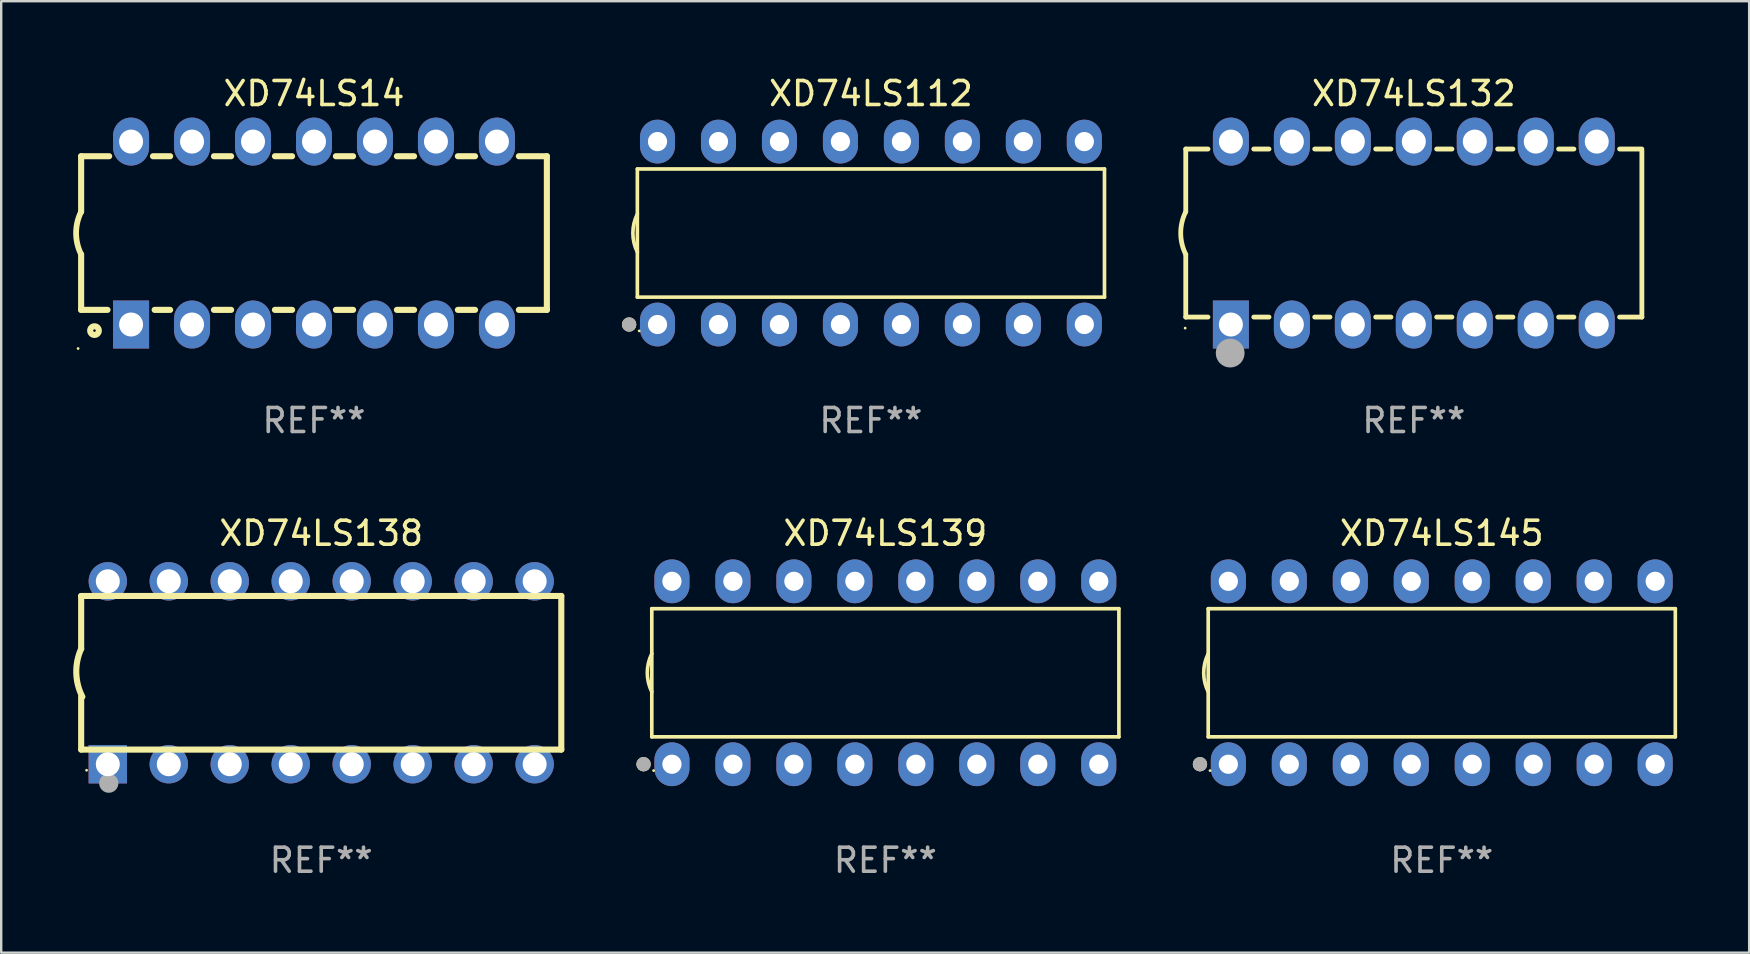
<source format=kicad_pcb>
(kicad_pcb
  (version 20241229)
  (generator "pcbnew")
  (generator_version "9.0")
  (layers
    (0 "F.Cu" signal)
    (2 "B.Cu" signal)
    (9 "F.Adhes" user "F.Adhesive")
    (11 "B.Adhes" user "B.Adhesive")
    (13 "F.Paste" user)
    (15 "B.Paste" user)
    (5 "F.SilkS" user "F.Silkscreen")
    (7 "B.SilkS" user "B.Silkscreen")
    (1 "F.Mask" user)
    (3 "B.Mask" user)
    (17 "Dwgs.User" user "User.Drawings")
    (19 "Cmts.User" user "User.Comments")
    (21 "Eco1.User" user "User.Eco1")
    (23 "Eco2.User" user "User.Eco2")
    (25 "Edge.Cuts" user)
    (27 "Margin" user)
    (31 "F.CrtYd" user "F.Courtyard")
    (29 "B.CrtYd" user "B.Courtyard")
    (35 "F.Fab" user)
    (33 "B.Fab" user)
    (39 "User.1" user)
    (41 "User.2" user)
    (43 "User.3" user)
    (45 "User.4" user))
  (footprint "XD74LS14"
    (layer "F.Cu")
    (at 10.03 6.658)
    (property "Reference" "XD74LS14" (at 0 -5.81 0) (layer "F.SilkS") (effects (font (size 1 1) (thickness 0.15))))
    (attr through_hole)
    (fp_line (start -9.7 -3.2) (end -9.7 -0.889) (stroke (width 0.254) (type solid)) (layer "F.SilkS"))
    (fp_line (start -9.7 -3.2) (end -8.533 -3.2) (stroke (width 0.254) (type solid)) (layer "F.SilkS"))
    (fp_line (start -9.7 3.2) (end -9.7 0.889) (stroke (width 0.254) (type solid)) (layer "F.SilkS"))
    (fp_line (start -9.7 3.2) (end -8.601 3.2) (stroke (width 0.254) (type solid)) (layer "F.SilkS"))
    (fp_line (start -6.707 -3.2) (end -5.993 -3.2) (stroke (width 0.254) (type solid)) (layer "F.SilkS"))
    (fp_line (start -6.639 3.2) (end -5.993 3.2) (stroke (width 0.254) (type solid)) (layer "F.SilkS"))
    (fp_line (start -4.168 3.2) (end -3.453 3.2) (stroke (width 0.254) (type solid)) (layer "F.SilkS"))
    (fp_line (start -4.167 -3.2) (end -3.453 -3.2) (stroke (width 0.254) (type solid)) (layer "F.SilkS"))
    (fp_line (start -1.628 3.2) (end -0.912 3.2) (stroke (width 0.254) (type solid)) (layer "F.SilkS"))
    (fp_line (start -1.627 -3.2) (end -0.913 -3.2) (stroke (width 0.254) (type solid)) (layer "F.SilkS"))
    (fp_line (start 0.912 3.2) (end 1.628 3.2) (stroke (width 0.254) (type solid)) (layer "F.SilkS"))
    (fp_line (start 0.913 -3.2) (end 1.627 -3.2) (stroke (width 0.254) (type solid)) (layer "F.SilkS"))
    (fp_line (start 3.453 3.2) (end 4.168 3.2) (stroke (width 0.254) (type solid)) (layer "F.SilkS"))
    (fp_line (start 3.453 -3.2) (end 4.167 -3.2) (stroke (width 0.254) (type solid)) (layer "F.SilkS"))
    (fp_line (start 5.993 3.2) (end 6.708 3.2) (stroke (width 0.254) (type solid)) (layer "F.SilkS"))
    (fp_line (start 5.993 -3.2) (end 6.707 -3.2) (stroke (width 0.254) (type solid)) (layer "F.SilkS"))
    (fp_line (start 8.533 3.2) (end 9.7 3.2) (stroke (width 0.254) (type solid)) (layer "F.SilkS"))
    (fp_line (start 8.533 -3.2) (end 9.7 -3.2) (stroke (width 0.254) (type solid)) (layer "F.SilkS"))
    (fp_line (start 9.7 3.2) (end 9.7 -3.2) (stroke (width 0.254) (type solid)) (layer "F.SilkS"))
    (fp_arc (start -9.699822 0.889002) (mid -9.909826 0.000048) (end -9.700229 -0.889002) (stroke (width 0.240005) (type solid)) (layer "F.SilkS"))
    (fp_circle (center -9.827 4.81) (end -9.797 4.81) (stroke (width 0.06) (type solid)) (fill no) (layer "F.SilkS"))
    (fp_circle (center -9.144 4.064) (end -8.964 4.064) (stroke (width 0.254) (type solid)) (fill no) (layer "F.SilkS"))
    (fp_text user "REF**" (at 0 7.81 0) (layer "F.Fab") (effects (font (size 1 1) (thickness 0.15))))
    (pad "1" thru_hole rect (at -7.62 3.81 90) (size 2 1.5) (drill 1) (layers "*.Cu" "*.Mask"))
    (pad "2" thru_hole oval (at -5.08 3.81 90) (size 2 1.5) (drill 1) (layers "*.Cu" "*.Mask"))
    (pad "3" thru_hole oval (at -2.54 3.81 90) (size 2 1.5) (drill 1) (layers "*.Cu" "*.Mask"))
    (pad "4" thru_hole oval (at 0 3.81 90) (size 2 1.5) (drill 1) (layers "*.Cu" "*.Mask"))
    (pad "5" thru_hole oval (at 2.54 3.81 90) (size 2 1.5) (drill 1) (layers "*.Cu" "*.Mask"))
    (pad "6" thru_hole oval (at 5.08 3.81 90) (size 2 1.5) (drill 1) (layers "*.Cu" "*.Mask"))
    (pad "7" thru_hole oval (at 7.62 3.81 90) (size 2 1.5) (drill 1) (layers "*.Cu" "*.Mask"))
    (pad "8" thru_hole oval (at 7.62 -3.81 90) (size 2 1.5) (drill 1) (layers "*.Cu" "*.Mask"))
    (pad "9" thru_hole oval (at 5.08 -3.81 90) (size 2 1.5) (drill 1) (layers "*.Cu" "*.Mask"))
    (pad "10" thru_hole oval (at 2.54 -3.81 90) (size 2 1.5) (drill 1) (layers "*.Cu" "*.Mask"))
    (pad "11" thru_hole oval (at 0 -3.81 90) (size 2 1.5) (drill 1) (layers "*.Cu" "*.Mask"))
    (pad "12" thru_hole oval (at -2.54 -3.81 90) (size 2 1.5) (drill 1) (layers "*.Cu" "*.Mask"))
    (pad "13" thru_hole oval (at -5.08 -3.81 90) (size 2 1.5) (drill 1) (layers "*.Cu" "*.Mask"))
    (pad "14" thru_hole oval (at -7.62 -3.81 90) (size 2 1.5) (drill 1) (layers "*.Cu" "*.Mask")))
  (footprint "XD74LS132"
    (layer "F.Cu")
    (at 55.844 6.658)
    (property "Reference" "XD74LS132" (at 0 -5.81 0) (layer "F.SilkS") (effects (font (size 1 1) (thickness 0.15))))
    (attr through_hole)
    (fp_line (start -9.5 -3.5) (end -9.5 -0.889) (stroke (width 0.2) (type solid)) (layer "F.SilkS"))
    (fp_line (start -9.5 -3.5) (end -8.572 -3.5) (stroke (width 0.2) (type solid)) (layer "F.SilkS"))
    (fp_line (start -9.5 3.5) (end -9.5 0.889) (stroke (width 0.2) (type solid)) (layer "F.SilkS"))
    (fp_line (start -9.5 3.5) (end -8.574 3.5) (stroke (width 0.2) (type solid)) (layer "F.SilkS"))
    (fp_line (start -6.668 -3.5) (end -6.032 -3.5) (stroke (width 0.2) (type solid)) (layer "F.SilkS"))
    (fp_line (start -6.666 3.5) (end -6.032 3.5) (stroke (width 0.2) (type solid)) (layer "F.SilkS"))
    (fp_line (start -4.128 -3.5) (end -3.492 -3.5) (stroke (width 0.2) (type solid)) (layer "F.SilkS"))
    (fp_line (start -4.128 3.5) (end -3.492 3.5) (stroke (width 0.2) (type solid)) (layer "F.SilkS"))
    (fp_line (start -1.588 -3.5) (end -0.952 -3.5) (stroke (width 0.2) (type solid)) (layer "F.SilkS"))
    (fp_line (start -1.588 3.5) (end -0.952 3.5) (stroke (width 0.2) (type solid)) (layer "F.SilkS"))
    (fp_line (start 0.952 -3.5) (end 1.588 -3.5) (stroke (width 0.2) (type solid)) (layer "F.SilkS"))
    (fp_line (start 0.952 3.5) (end 1.588 3.5) (stroke (width 0.2) (type solid)) (layer "F.SilkS"))
    (fp_line (start 3.492 -3.5) (end 4.128 -3.5) (stroke (width 0.2) (type solid)) (layer "F.SilkS"))
    (fp_line (start 3.492 3.5) (end 4.128 3.5) (stroke (width 0.2) (type solid)) (layer "F.SilkS"))
    (fp_line (start 6.032 -3.5) (end 6.668 -3.5) (stroke (width 0.2) (type solid)) (layer "F.SilkS"))
    (fp_line (start 6.032 3.5) (end 6.668 3.5) (stroke (width 0.2) (type solid)) (layer "F.SilkS"))
    (fp_line (start 8.572 -3.5) (end 9.5 -3.5) (stroke (width 0.2) (type solid)) (layer "F.SilkS"))
    (fp_line (start 8.572 3.5) (end 9.5 3.5) (stroke (width 0.2) (type solid)) (layer "F.SilkS"))
    (fp_line (start 9.5 3.5) (end 9.5 -3.429) (stroke (width 0.2) (type solid)) (layer "F.SilkS"))
    (fp_arc (start -9.499619 0.889001) (mid -9.709623 0.000047) (end -9.500025 -0.889002) (stroke (width 0.2) (type solid)) (layer "F.SilkS"))
    (fp_circle (center -9.525 3.96) (end -9.495 3.96) (stroke (width 0.06) (type solid)) (fill no) (layer "F.SilkS"))
    (fp_circle (center -7.65 5) (end -7.35 5) (stroke (width 0.6) (type solid)) (fill no) (layer "F.Fab"))
    (fp_text user "REF**" (at 0 7.81 0) (layer "F.Fab") (effects (font (size 1 1) (thickness 0.15))))
    (pad "1" thru_hole rect (at -7.62 3.81 90) (size 2 1.5) (drill 1) (layers "*.Cu" "*.Mask"))
    (pad "2" thru_hole oval (at -5.08 3.81 90) (size 2 1.5) (drill 1) (layers "*.Cu" "*.Mask"))
    (pad "3" thru_hole oval (at -2.54 3.81 90) (size 2 1.5) (drill 1) (layers "*.Cu" "*.Mask"))
    (pad "4" thru_hole oval (at 0 3.81 90) (size 2 1.5) (drill 1) (layers "*.Cu" "*.Mask"))
    (pad "5" thru_hole oval (at 2.54 3.81 90) (size 2 1.5) (drill 1) (layers "*.Cu" "*.Mask"))
    (pad "6" thru_hole oval (at 5.08 3.81 90) (size 2 1.5) (drill 1) (layers "*.Cu" "*.Mask"))
    (pad "7" thru_hole oval (at 7.62 3.81 90) (size 2 1.5) (drill 1) (layers "*.Cu" "*.Mask"))
    (pad "8" thru_hole oval (at 7.62 -3.81 90) (size 2 1.5) (drill 1) (layers "*.Cu" "*.Mask"))
    (pad "9" thru_hole oval (at 5.08 -3.81 90) (size 2 1.5) (drill 1) (layers "*.Cu" "*.Mask"))
    (pad "10" thru_hole oval (at 2.54 -3.81 90) (size 2 1.5) (drill 1) (layers "*.Cu" "*.Mask"))
    (pad "11" thru_hole oval (at 0 -3.81 90) (size 2 1.5) (drill 1) (layers "*.Cu" "*.Mask"))
    (pad "12" thru_hole oval (at -2.54 -3.81 90) (size 2 1.5) (drill 1) (layers "*.Cu" "*.Mask"))
    (pad "13" thru_hole oval (at -5.08 -3.81 90) (size 2 1.5) (drill 1) (layers "*.Cu" "*.Mask"))
    (pad "14" thru_hole oval (at -7.62 -3.81 90) (size 2 1.5) (drill 1) (layers "*.Cu" "*.Mask")))
  (footprint "XD74LS138"
    (layer "F.Cu")
    (at 10.331 24.975)
    (property "Reference" "XD74LS138" (at 0 -5.81 0) (layer "F.SilkS") (effects (font (size 1 1) (thickness 0.15))))
    (attr through_hole)
    (fp_line (start -10 -0.998) (end -10 -3.198) (stroke (width 0.254) (type solid)) (layer "F.SilkS"))
    (fp_line (start -10 3.2) (end -10 1) (stroke (width 0.254) (type solid)) (layer "F.SilkS"))
    (fp_line (start 10 -3.2) (end -10 -3.2) (stroke (width 0.254) (type solid)) (layer "F.SilkS"))
    (fp_line (start 10 3.2) (end -10 3.2) (stroke (width 0.254) (type solid)) (layer "F.SilkS"))
    (fp_line (start 10 3.2) (end 10 -3.2) (stroke (width 0.254) (type solid)) (layer "F.SilkS"))
    (fp_arc (start -9.949975 0.999974) (mid -10.203153 0.005693) (end -9.999987 -1) (stroke (width 0.254001) (type solid)) (layer "F.SilkS"))
    (fp_circle (center -9.775 4.06) (end -9.745 4.06) (stroke (width 0.06) (type solid)) (fill no) (layer "F.SilkS"))
    (fp_circle (center -8.85 4.6) (end -8.65 4.6) (stroke (width 0.4) (type solid)) (fill no) (layer "F.Fab"))
    (fp_text user "REF**" (at 0 7.81 0) (layer "F.Fab") (effects (font (size 1 1) (thickness 0.15))))
    (pad "1" thru_hole rect (at -8.89 3.81 90) (size 1.6 1.6) (drill 1) (layers "*.Cu" "*.Mask"))
    (pad "2" thru_hole circle (at -6.35 3.81) (size 1.6 1.6) (drill 1) (layers "*.Cu" "*.Mask"))
    (pad "3" thru_hole circle (at -3.81 3.81) (size 1.6 1.6) (drill 1) (layers "*.Cu" "*.Mask"))
    (pad "4" thru_hole circle (at -1.27 3.81) (size 1.6 1.6) (drill 1) (layers "*.Cu" "*.Mask"))
    (pad "5" thru_hole circle (at 1.27 3.81) (size 1.6 1.6) (drill 1) (layers "*.Cu" "*.Mask"))
    (pad "6" thru_hole circle (at 3.81 3.81) (size 1.6 1.6) (drill 1) (layers "*.Cu" "*.Mask"))
    (pad "7" thru_hole circle (at 6.35 3.81) (size 1.6 1.6) (drill 1) (layers "*.Cu" "*.Mask"))
    (pad "8" thru_hole circle (at 8.89 3.81) (size 1.6 1.6) (drill 1) (layers "*.Cu" "*.Mask"))
    (pad "9" thru_hole circle (at 8.89 -3.81) (size 1.6 1.6) (drill 1) (layers "*.Cu" "*.Mask"))
    (pad "10" thru_hole circle (at 6.35 -3.81) (size 1.6 1.6) (drill 1) (layers "*.Cu" "*.Mask"))
    (pad "11" thru_hole circle (at 3.81 -3.81) (size 1.6 1.6) (drill 1) (layers "*.Cu" "*.Mask"))
    (pad "12" thru_hole circle (at 1.27 -3.81) (size 1.6 1.6) (drill 1) (layers "*.Cu" "*.Mask"))
    (pad "13" thru_hole circle (at -1.27 -3.81) (size 1.6 1.6) (drill 1) (layers "*.Cu" "*.Mask"))
    (pad "14" thru_hole circle (at -3.81 -3.81) (size 1.6 1.6) (drill 1) (layers "*.Cu" "*.Mask"))
    (pad "15" thru_hole circle (at -6.35 -3.81) (size 1.6 1.6) (drill 1) (layers "*.Cu" "*.Mask"))
    (pad "16" thru_hole circle (at -8.89 -3.81) (size 1.6 1.6) (drill 1) (layers "*.Cu" "*.Mask")))
  (footprint "XD74LS145"
    (layer "F.Cu")
    (at 57.008 24.975)
    (property "Reference" "XD74LS145" (at 0 -5.81 0) (layer "F.SilkS") (effects (font (size 1 1) (thickness 0.15))))
    (attr through_hole)
    (fp_line (start -9.729 -2.669) (end 9.729 -2.669) (stroke (width 0.152) (type solid)) (layer "F.SilkS"))
    (fp_line (start -9.729 2.669) (end -9.729 -2.669) (stroke (width 0.152) (type solid)) (layer "F.SilkS"))
    (fp_line (start 9.729 -2.669) (end 9.729 2.669) (stroke (width 0.152) (type solid)) (layer "F.SilkS"))
    (fp_line (start 9.729 2.669) (end -9.729 2.669) (stroke (width 0.152) (type solid)) (layer "F.SilkS"))
    (fp_arc (start -9.728727 0.793751) (mid -9.916106 0) (end -9.728727 -0.793752) (stroke (width 0.1524) (type solid)) (layer "F.SilkS"))
    (fp_circle (center -10.072 3.81) (end -9.922 3.81) (stroke (width 0.3) (type solid)) (fill no) (layer "F.SilkS"))
    (fp_circle (center -9.653 4.075) (end -9.623 4.075) (stroke (width 0.06) (type solid)) (fill no) (layer "F.SilkS"))
    (fp_circle (center -10.072 3.81) (end -9.922 3.81) (stroke (width 0.3) (type solid)) (fill no) (layer "F.Fab"))
    (fp_text user "REF**" (at 0 7.81 0) (layer "F.Fab") (effects (font (size 1 1) (thickness 0.15))))
    (pad "1" thru_hole oval (at -8.89 3.81) (size 1.46 1.825) (drill 0.8) (layers "*.Cu" "*.Mask"))
    (pad "2" thru_hole oval (at -6.35 3.81) (size 1.46 1.825) (drill 0.8) (layers "*.Cu" "*.Mask"))
    (pad "3" thru_hole oval (at -3.81 3.81) (size 1.46 1.825) (drill 0.8) (layers "*.Cu" "*.Mask"))
    (pad "4" thru_hole oval (at -1.27 3.81) (size 1.46 1.825) (drill 0.8) (layers "*.Cu" "*.Mask"))
    (pad "5" thru_hole oval (at 1.27 3.81) (size 1.46 1.825) (drill 0.8) (layers "*.Cu" "*.Mask"))
    (pad "6" thru_hole oval (at 3.81 3.81) (size 1.46 1.825) (drill 0.8) (layers "*.Cu" "*.Mask"))
    (pad "7" thru_hole oval (at 6.35 3.81) (size 1.46 1.825) (drill 0.8) (layers "*.Cu" "*.Mask"))
    (pad "8" thru_hole oval (at 8.89 3.81) (size 1.46 1.825) (drill 0.8) (layers "*.Cu" "*.Mask"))
    (pad "9" thru_hole oval (at 8.89 -3.81) (size 1.46 1.825) (drill 0.8) (layers "*.Cu" "*.Mask"))
    (pad "10" thru_hole oval (at 6.35 -3.81) (size 1.46 1.825) (drill 0.8) (layers "*.Cu" "*.Mask"))
    (pad "11" thru_hole oval (at 3.81 -3.81) (size 1.46 1.825) (drill 0.8) (layers "*.Cu" "*.Mask"))
    (pad "12" thru_hole oval (at 1.27 -3.81) (size 1.46 1.825) (drill 0.8) (layers "*.Cu" "*.Mask"))
    (pad "13" thru_hole oval (at -1.27 -3.81) (size 1.46 1.825) (drill 0.8) (layers "*.Cu" "*.Mask"))
    (pad "14" thru_hole oval (at -3.81 -3.81) (size 1.46 1.825) (drill 0.8) (layers "*.Cu" "*.Mask"))
    (pad "15" thru_hole oval (at -6.35 -3.81) (size 1.46 1.825) (drill 0.8) (layers "*.Cu" "*.Mask"))
    (pad "16" thru_hole oval (at -8.89 -3.81) (size 1.46 1.825) (drill 0.8) (layers "*.Cu" "*.Mask")))
  (footprint "XD74LS112"
    (layer "F.Cu")
    (at 33.229 6.658)
    (property "Reference" "XD74LS112" (at 0 -5.81 0) (layer "F.SilkS") (effects (font (size 1 1) (thickness 0.15))))
    (attr through_hole)
    (fp_line (start -9.729 -2.669) (end 9.729 -2.669) (stroke (width 0.152) (type solid)) (layer "F.SilkS"))
    (fp_line (start -9.729 2.669) (end -9.729 -2.669) (stroke (width 0.152) (type solid)) (layer "F.SilkS"))
    (fp_line (start 9.729 -2.669) (end 9.729 2.669) (stroke (width 0.152) (type solid)) (layer "F.SilkS"))
    (fp_line (start 9.729 2.669) (end -9.729 2.669) (stroke (width 0.152) (type solid)) (layer "F.SilkS"))
    (fp_arc (start -9.728727 0.793751) (mid -9.916106 0) (end -9.728727 -0.793752) (stroke (width 0.1524) (type solid)) (layer "F.SilkS"))
    (fp_circle (center -10.072 3.81) (end -9.922 3.81) (stroke (width 0.3) (type solid)) (fill no) (layer "F.SilkS"))
    (fp_circle (center -9.653 4.075) (end -9.623 4.075) (stroke (width 0.06) (type solid)) (fill no) (layer "F.SilkS"))
    (fp_circle (center -10.072 3.81) (end -9.922 3.81) (stroke (width 0.3) (type solid)) (fill no) (layer "F.Fab"))
    (fp_text user "REF**" (at 0 7.81 0) (layer "F.Fab") (effects (font (size 1 1) (thickness 0.15))))
    (pad "1" thru_hole oval (at -8.89 3.81) (size 1.46 1.825) (drill 0.8) (layers "*.Cu" "*.Mask"))
    (pad "2" thru_hole oval (at -6.35 3.81) (size 1.46 1.825) (drill 0.8) (layers "*.Cu" "*.Mask"))
    (pad "3" thru_hole oval (at -3.81 3.81) (size 1.46 1.825) (drill 0.8) (layers "*.Cu" "*.Mask"))
    (pad "4" thru_hole oval (at -1.27 3.81) (size 1.46 1.825) (drill 0.8) (layers "*.Cu" "*.Mask"))
    (pad "5" thru_hole oval (at 1.27 3.81) (size 1.46 1.825) (drill 0.8) (layers "*.Cu" "*.Mask"))
    (pad "6" thru_hole oval (at 3.81 3.81) (size 1.46 1.825) (drill 0.8) (layers "*.Cu" "*.Mask"))
    (pad "7" thru_hole oval (at 6.35 3.81) (size 1.46 1.825) (drill 0.8) (layers "*.Cu" "*.Mask"))
    (pad "8" thru_hole oval (at 8.89 3.81) (size 1.46 1.825) (drill 0.8) (layers "*.Cu" "*.Mask"))
    (pad "9" thru_hole oval (at 8.89 -3.81) (size 1.46 1.825) (drill 0.8) (layers "*.Cu" "*.Mask"))
    (pad "10" thru_hole oval (at 6.35 -3.81) (size 1.46 1.825) (drill 0.8) (layers "*.Cu" "*.Mask"))
    (pad "11" thru_hole oval (at 3.81 -3.81) (size 1.46 1.825) (drill 0.8) (layers "*.Cu" "*.Mask"))
    (pad "12" thru_hole oval (at 1.27 -3.81) (size 1.46 1.825) (drill 0.8) (layers "*.Cu" "*.Mask"))
    (pad "13" thru_hole oval (at -1.27 -3.81) (size 1.46 1.825) (drill 0.8) (layers "*.Cu" "*.Mask"))
    (pad "14" thru_hole oval (at -3.81 -3.81) (size 1.46 1.825) (drill 0.8) (layers "*.Cu" "*.Mask"))
    (pad "15" thru_hole oval (at -6.35 -3.81) (size 1.46 1.825) (drill 0.8) (layers "*.Cu" "*.Mask"))
    (pad "16" thru_hole oval (at -8.89 -3.81) (size 1.46 1.825) (drill 0.8) (layers "*.Cu" "*.Mask")))
  (footprint "XD74LS139"
    (layer "F.Cu")
    (at 33.83 24.975)
    (property "Reference" "XD74LS139" (at 0 -5.81 0) (layer "F.SilkS") (effects (font (size 1 1) (thickness 0.15))))
    (attr through_hole)
    (fp_line (start -9.729 -2.669) (end 9.729 -2.669) (stroke (width 0.152) (type solid)) (layer "F.SilkS"))
    (fp_line (start -9.729 2.669) (end -9.729 -2.669) (stroke (width 0.152) (type solid)) (layer "F.SilkS"))
    (fp_line (start 9.729 -2.669) (end 9.729 2.669) (stroke (width 0.152) (type solid)) (layer "F.SilkS"))
    (fp_line (start 9.729 2.669) (end -9.729 2.669) (stroke (width 0.152) (type solid)) (layer "F.SilkS"))
    (fp_arc (start -9.728727 0.793751) (mid -9.916106 0) (end -9.728727 -0.793752) (stroke (width 0.1524) (type solid)) (layer "F.SilkS"))
    (fp_circle (center -10.072 3.81) (end -9.922 3.81) (stroke (width 0.3) (type solid)) (fill no) (layer "F.SilkS"))
    (fp_circle (center -9.653 4.075) (end -9.623 4.075) (stroke (width 0.06) (type solid)) (fill no) (layer "F.SilkS"))
    (fp_circle (center -10.072 3.81) (end -9.922 3.81) (stroke (width 0.3) (type solid)) (fill no) (layer "F.Fab"))
    (fp_text user "REF**" (at 0 7.81 0) (layer "F.Fab") (effects (font (size 1 1) (thickness 0.15))))
    (pad "1" thru_hole oval (at -8.89 3.81) (size 1.46 1.825) (drill 0.8) (layers "*.Cu" "*.Mask"))
    (pad "2" thru_hole oval (at -6.35 3.81) (size 1.46 1.825) (drill 0.8) (layers "*.Cu" "*.Mask"))
    (pad "3" thru_hole oval (at -3.81 3.81) (size 1.46 1.825) (drill 0.8) (layers "*.Cu" "*.Mask"))
    (pad "4" thru_hole oval (at -1.27 3.81) (size 1.46 1.825) (drill 0.8) (layers "*.Cu" "*.Mask"))
    (pad "5" thru_hole oval (at 1.27 3.81) (size 1.46 1.825) (drill 0.8) (layers "*.Cu" "*.Mask"))
    (pad "6" thru_hole oval (at 3.81 3.81) (size 1.46 1.825) (drill 0.8) (layers "*.Cu" "*.Mask"))
    (pad "7" thru_hole oval (at 6.35 3.81) (size 1.46 1.825) (drill 0.8) (layers "*.Cu" "*.Mask"))
    (pad "8" thru_hole oval (at 8.89 3.81) (size 1.46 1.825) (drill 0.8) (layers "*.Cu" "*.Mask"))
    (pad "9" thru_hole oval (at 8.89 -3.81) (size 1.46 1.825) (drill 0.8) (layers "*.Cu" "*.Mask"))
    (pad "10" thru_hole oval (at 6.35 -3.81) (size 1.46 1.825) (drill 0.8) (layers "*.Cu" "*.Mask"))
    (pad "11" thru_hole oval (at 3.81 -3.81) (size 1.46 1.825) (drill 0.8) (layers "*.Cu" "*.Mask"))
    (pad "12" thru_hole oval (at 1.27 -3.81) (size 1.46 1.825) (drill 0.8) (layers "*.Cu" "*.Mask"))
    (pad "13" thru_hole oval (at -1.27 -3.81) (size 1.46 1.825) (drill 0.8) (layers "*.Cu" "*.Mask"))
    (pad "14" thru_hole oval (at -3.81 -3.81) (size 1.46 1.825) (drill 0.8) (layers "*.Cu" "*.Mask"))
    (pad "15" thru_hole oval (at -6.35 -3.81) (size 1.46 1.825) (drill 0.8) (layers "*.Cu" "*.Mask"))
    (pad "16" thru_hole oval (at -8.89 -3.81) (size 1.46 1.825) (drill 0.8) (layers "*.Cu" "*.Mask")))
  (gr_rect
    (start -3 -3)
    (end 69.813 36.633)
    (stroke (width 0.1) (type default))
    (fill no)
    (layer "Edge.Cuts")))
</source>
